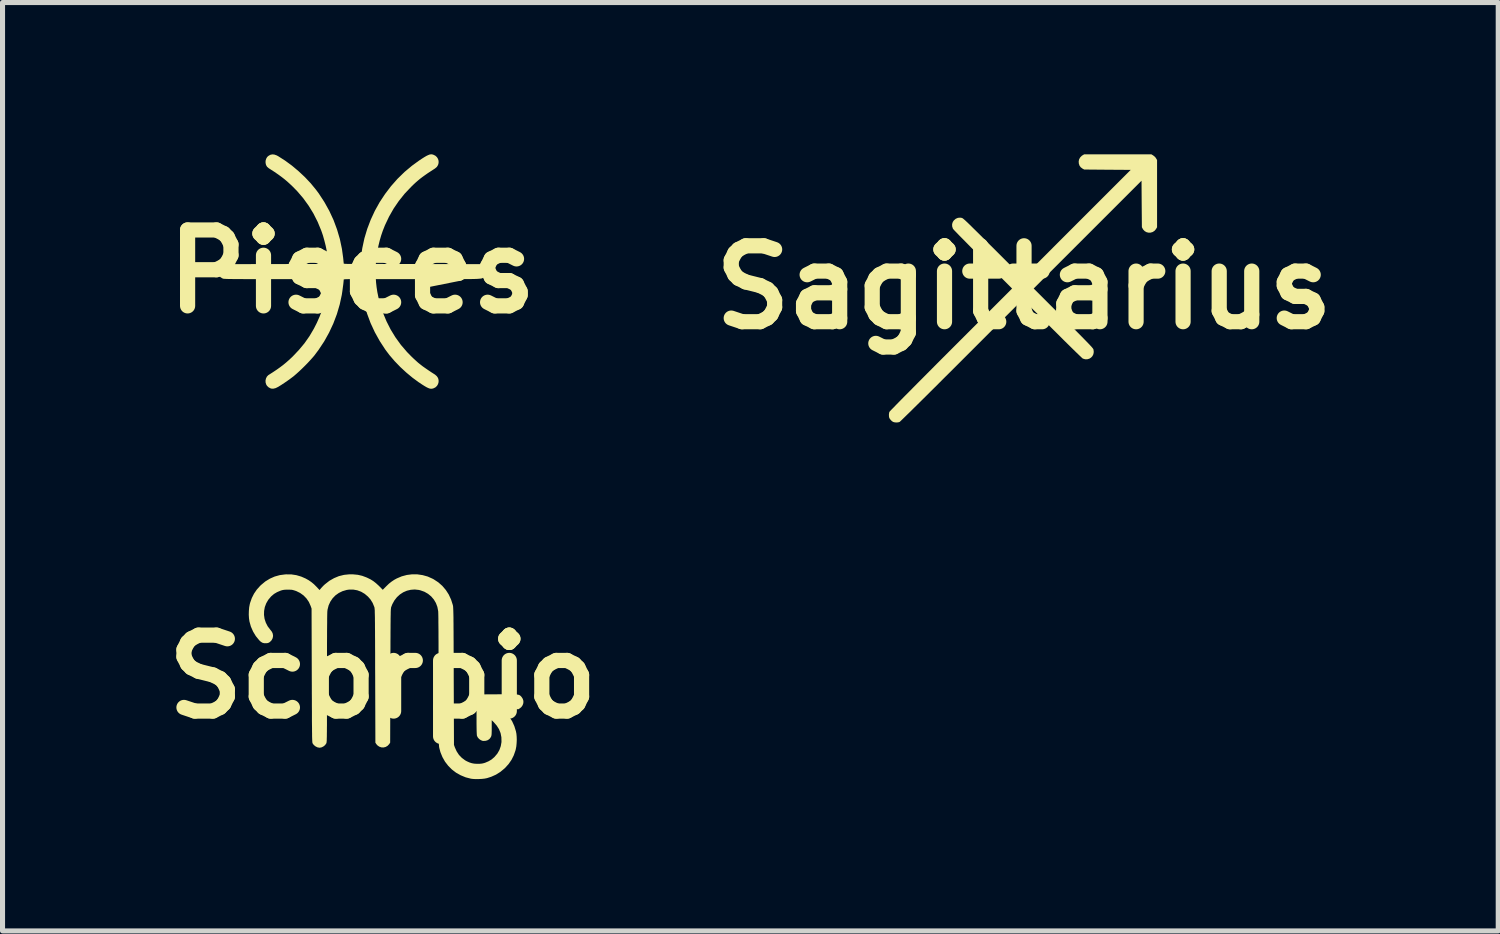
<source format=kicad_pcb>
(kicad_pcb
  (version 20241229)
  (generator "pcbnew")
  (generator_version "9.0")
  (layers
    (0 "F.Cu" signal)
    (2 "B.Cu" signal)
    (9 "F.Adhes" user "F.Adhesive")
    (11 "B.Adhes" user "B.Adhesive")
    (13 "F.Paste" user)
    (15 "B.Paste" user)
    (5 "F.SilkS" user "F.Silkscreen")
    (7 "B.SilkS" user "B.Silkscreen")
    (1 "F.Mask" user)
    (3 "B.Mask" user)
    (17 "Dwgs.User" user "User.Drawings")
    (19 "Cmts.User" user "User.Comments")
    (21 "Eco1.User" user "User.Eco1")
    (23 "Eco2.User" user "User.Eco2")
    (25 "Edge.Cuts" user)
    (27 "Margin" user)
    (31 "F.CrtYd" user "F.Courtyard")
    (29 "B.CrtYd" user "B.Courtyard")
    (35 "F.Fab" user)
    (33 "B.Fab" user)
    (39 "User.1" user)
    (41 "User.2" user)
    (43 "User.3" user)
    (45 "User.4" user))
  (footprint "Scorpio"
    (layer "F.Cu")
    (at 4.514 10.323)
    (property "Reference" "Scorpio" (at 0 0 0) (layer "F.SilkS") (effects (font (size 1.5 1.5) (thickness 0.3))))
    (attr board_only exclude_from_pos_files exclude_from_bom)
    (fp_poly (pts (xy 0.684 -2.023) (xy 0.787 -2.008) (xy 0.888 -1.98) (xy 0.984 -1.937) (xy 1.008 -1.924) (xy 1.098 -1.865) (xy 1.177 -1.795) (xy 1.246 -1.714) (xy 1.304 -1.624) (xy 1.35 -1.524) (xy 1.385 -1.415) (xy 1.386 -1.41) (xy 1.387 -1.403) (xy 1.389 -1.394) (xy 1.39 -1.382) (xy 1.391 -1.367) (xy 1.392 -1.348) (xy 1.393 -1.324) (xy 1.394 -1.295) (xy 1.395 -1.259) (xy 1.396 -1.218) (xy 1.397 -1.169) (xy 1.397 -1.111) (xy 1.398 -1.046) (xy 1.398 -0.971) (xy 1.399 -0.886) (xy 1.399 -0.791) (xy 1.4 -0.684) (xy 1.4 -0.565) (xy 1.401 -0.434) (xy 1.401 -0.29) (xy 1.402 -0.132) (xy 1.402 -0.008) (xy 1.407 1.347) (xy 1.425 1.398) (xy 1.46 1.475) (xy 1.506 1.545) (xy 1.563 1.604) (xy 1.629 1.653) (xy 1.662 1.671) (xy 1.713 1.694) (xy 1.76 1.709) (xy 1.809 1.718) (xy 1.865 1.721) (xy 1.879 1.721) (xy 1.92 1.72) (xy 1.952 1.717) (xy 1.98 1.712) (xy 2.009 1.704) (xy 2.022 1.7) (xy 2.09 1.671) (xy 2.149 1.636) (xy 2.203 1.59) (xy 2.209 1.584) (xy 2.264 1.519) (xy 2.305 1.448) (xy 2.332 1.371) (xy 2.346 1.29) (xy 2.346 1.282) (xy 2.344 1.196) (xy 2.328 1.114) (xy 2.297 1.037) (xy 2.252 0.966) (xy 2.195 0.9) (xy 2.153 0.859) (xy 2.153 1.009) (xy 2.153 1.06) (xy 2.152 1.1) (xy 2.151 1.129) (xy 2.149 1.15) (xy 2.146 1.166) (xy 2.142 1.179) (xy 2.137 1.191) (xy 2.112 1.226) (xy 2.078 1.252) (xy 2.036 1.266) (xy 1.99 1.269) (xy 1.968 1.266) (xy 1.935 1.252) (xy 1.903 1.229) (xy 1.877 1.199) (xy 1.861 1.167) (xy 1.861 1.166) (xy 1.859 1.15) (xy 1.857 1.119) (xy 1.855 1.073) (xy 1.854 1.013) (xy 1.853 0.938) (xy 1.853 0.85) (xy 1.853 0.802) (xy 1.853 0.468) (xy 1.872 0.43) (xy 1.895 0.395) (xy 1.922 0.37) (xy 1.953 0.349) (xy 2.302 0.347) (xy 2.389 0.346) (xy 2.461 0.346) (xy 2.522 0.346) (xy 2.571 0.347) (xy 2.611 0.348) (xy 2.643 0.35) (xy 2.668 0.354) (xy 2.687 0.358) (xy 2.702 0.364) (xy 2.714 0.371) (xy 2.724 0.38) (xy 2.735 0.391) (xy 2.741 0.398) (xy 2.766 0.436) (xy 2.779 0.478) (xy 2.778 0.521) (xy 2.764 0.562) (xy 2.739 0.599) (xy 2.713 0.621) (xy 2.683 0.641) (xy 2.526 0.644) (xy 2.369 0.646) (xy 2.425 0.704) (xy 2.497 0.789) (xy 2.556 0.879) (xy 2.6 0.976) (xy 2.631 1.077) (xy 2.641 1.127) (xy 2.646 1.183) (xy 2.648 1.246) (xy 2.645 1.313) (xy 2.639 1.377) (xy 2.628 1.434) (xy 2.622 1.458) (xy 2.588 1.555) (xy 2.544 1.642) (xy 2.489 1.722) (xy 2.422 1.797) (xy 2.404 1.814) (xy 2.323 1.881) (xy 2.237 1.935) (xy 2.143 1.977) (xy 2.059 2.004) (xy 2.013 2.013) (xy 1.958 2.019) (xy 1.898 2.022) (xy 1.838 2.023) (xy 1.784 2.02) (xy 1.743 2.015) (xy 1.638 1.988) (xy 1.539 1.947) (xy 1.448 1.896) (xy 1.366 1.833) (xy 1.293 1.76) (xy 1.23 1.678) (xy 1.179 1.588) (xy 1.139 1.49) (xy 1.117 1.407) (xy 1.115 1.397) (xy 1.114 1.388) (xy 1.112 1.377) (xy 1.111 1.363) (xy 1.11 1.347) (xy 1.108 1.328) (xy 1.108 1.304) (xy 1.107 1.276) (xy 1.106 1.242) (xy 1.105 1.201) (xy 1.105 1.154) (xy 1.104 1.099) (xy 1.104 1.036) (xy 1.104 0.964) (xy 1.103 0.882) (xy 1.103 0.789) (xy 1.103 0.685) (xy 1.103 0.57) (xy 1.103 0.442) (xy 1.103 0.3) (xy 1.103 0.145) (xy 1.103 0.056) (xy 1.103 -0.107) (xy 1.102 -0.263) (xy 1.102 -0.409) (xy 1.102 -0.547) (xy 1.102 -0.674) (xy 1.101 -0.792) (xy 1.101 -0.898) (xy 1.1 -0.993) (xy 1.099 -1.077) (xy 1.099 -1.147) (xy 1.098 -1.205) (xy 1.097 -1.25) (xy 1.096 -1.28) (xy 1.095 -1.296) (xy 1.079 -1.38) (xy 1.05 -1.457) (xy 1.009 -1.526) (xy 0.957 -1.587) (xy 0.895 -1.638) (xy 0.824 -1.679) (xy 0.745 -1.707) (xy 0.713 -1.715) (xy 0.632 -1.724) (xy 0.553 -1.718) (xy 0.477 -1.7) (xy 0.405 -1.669) (xy 0.339 -1.626) (xy 0.28 -1.572) (xy 0.23 -1.508) (xy 0.189 -1.434) (xy 0.168 -1.38) (xy 0.166 -1.375) (xy 0.164 -1.368) (xy 0.163 -1.36) (xy 0.162 -1.349) (xy 0.16 -1.335) (xy 0.159 -1.318) (xy 0.158 -1.296) (xy 0.157 -1.269) (xy 0.157 -1.237) (xy 0.156 -1.198) (xy 0.155 -1.152) (xy 0.155 -1.098) (xy 0.154 -1.036) (xy 0.154 -0.965) (xy 0.153 -0.885) (xy 0.153 -0.793) (xy 0.152 -0.691) (xy 0.152 -0.577) (xy 0.151 -0.451) (xy 0.151 -0.311) (xy 0.15 -0.158) (xy 0.15 -0.018) (xy 0.146 1.303) (xy 0.126 1.333) (xy 0.094 1.366) (xy 0.056 1.388) (xy 0.014 1.398) (xy -0.028 1.396) (xy -0.069 1.382) (xy -0.105 1.357) (xy -0.126 1.333) (xy -0.146 1.303) (xy -0.15 -0.018) (xy -0.151 -0.183) (xy -0.151 -0.335) (xy -0.151 -0.472) (xy -0.152 -0.596) (xy -0.152 -0.708) (xy -0.153 -0.809) (xy -0.153 -0.898) (xy -0.154 -0.978) (xy -0.154 -1.047) (xy -0.155 -1.108) (xy -0.155 -1.16) (xy -0.156 -1.205) (xy -0.157 -1.243) (xy -0.158 -1.274) (xy -0.158 -1.3) (xy -0.159 -1.321) (xy -0.161 -1.338) (xy -0.162 -1.351) (xy -0.163 -1.361) (xy -0.165 -1.369) (xy -0.166 -1.376) (xy -0.168 -1.38) (xy -0.2 -1.458) (xy -0.242 -1.526) (xy -0.292 -1.583) (xy -0.357 -1.638) (xy -0.428 -1.68) (xy -0.504 -1.708) (xy -0.582 -1.722) (xy -0.664 -1.722) (xy -0.713 -1.715) (xy -0.795 -1.691) (xy -0.869 -1.655) (xy -0.935 -1.608) (xy -0.991 -1.55) (xy -1.036 -1.484) (xy -1.07 -1.41) (xy -1.091 -1.328) (xy -1.095 -1.296) (xy -1.096 -1.28) (xy -1.097 -1.248) (xy -1.098 -1.203) (xy -1.099 -1.145) (xy -1.099 -1.073) (xy -1.1 -0.989) (xy -1.101 -0.894) (xy -1.101 -0.787) (xy -1.102 -0.669) (xy -1.102 -0.54) (xy -1.102 -0.402) (xy -1.102 -0.255) (xy -1.103 -0.099) (xy -1.103 0.032) (xy -1.103 0.193) (xy -1.103 0.34) (xy -1.103 0.473) (xy -1.103 0.593) (xy -1.103 0.701) (xy -1.103 0.797) (xy -1.103 0.882) (xy -1.103 0.957) (xy -1.104 1.023) (xy -1.104 1.08) (xy -1.105 1.128) (xy -1.105 1.169) (xy -1.106 1.204) (xy -1.107 1.232) (xy -1.107 1.254) (xy -1.108 1.273) (xy -1.11 1.287) (xy -1.111 1.297) (xy -1.112 1.305) (xy -1.114 1.311) (xy -1.116 1.316) (xy -1.117 1.32) (xy -1.118 1.32) (xy -1.141 1.352) (xy -1.173 1.378) (xy -1.21 1.396) (xy -1.247 1.403) (xy -1.248 1.403) (xy -1.289 1.396) (xy -1.328 1.377) (xy -1.363 1.349) (xy -1.386 1.317) (xy -1.388 1.314) (xy -1.389 1.308) (xy -1.391 1.301) (xy -1.392 1.29) (xy -1.393 1.276) (xy -1.394 1.257) (xy -1.395 1.233) (xy -1.396 1.204) (xy -1.397 1.168) (xy -1.397 1.126) (xy -1.398 1.076) (xy -1.398 1.017) (xy -1.399 0.95) (xy -1.4 0.873) (xy -1.4 0.786) (xy -1.4 0.688) (xy -1.401 0.578) (xy -1.401 0.457) (xy -1.402 0.322) (xy -1.402 0.174) (xy -1.403 0.011) (xy -1.403 -0.026) (xy -1.407 -1.347) (xy -1.425 -1.398) (xy -1.46 -1.477) (xy -1.507 -1.546) (xy -1.565 -1.606) (xy -1.633 -1.655) (xy -1.71 -1.693) (xy -1.725 -1.698) (xy -1.756 -1.708) (xy -1.781 -1.715) (xy -1.807 -1.719) (xy -1.838 -1.72) (xy -1.875 -1.721) (xy -1.917 -1.72) (xy -1.948 -1.718) (xy -1.974 -1.714) (xy -2.001 -1.707) (xy -2.022 -1.7) (xy -2.09 -1.671) (xy -2.149 -1.636) (xy -2.203 -1.59) (xy -2.209 -1.584) (xy -2.263 -1.52) (xy -2.303 -1.451) (xy -2.331 -1.377) (xy -2.345 -1.3) (xy -2.347 -1.222) (xy -2.336 -1.144) (xy -2.311 -1.068) (xy -2.274 -0.996) (xy -2.223 -0.929) (xy -2.219 -0.924) (xy -2.19 -0.887) (xy -2.174 -0.85) (xy -2.168 -0.809) (xy -2.168 -0.805) (xy -2.176 -0.762) (xy -2.197 -0.721) (xy -2.23 -0.687) (xy -2.25 -0.674) (xy -2.271 -0.666) (xy -2.299 -0.662) (xy -2.306 -0.662) (xy -2.347 -0.663) (xy -2.382 -0.673) (xy -2.415 -0.695) (xy -2.442 -0.721) (xy -2.509 -0.803) (xy -2.563 -0.893) (xy -2.606 -0.991) (xy -2.635 -1.094) (xy -2.635 -1.095) (xy -2.644 -1.158) (xy -2.648 -1.228) (xy -2.646 -1.301) (xy -2.64 -1.372) (xy -2.628 -1.435) (xy -2.622 -1.458) (xy -2.588 -1.555) (xy -2.544 -1.642) (xy -2.49 -1.721) (xy -2.423 -1.796) (xy -2.404 -1.814) (xy -2.321 -1.883) (xy -2.231 -1.938) (xy -2.136 -1.98) (xy -2.035 -2.008) (xy -1.928 -2.022) (xy -1.909 -2.023) (xy -1.805 -2.022) (xy -1.707 -2.007) (xy -1.612 -1.979) (xy -1.527 -1.942) (xy -1.466 -1.908) (xy -1.412 -1.871) (xy -1.36 -1.828) (xy -1.312 -1.78) (xy -1.249 -1.713) (xy -1.219 -1.75) (xy -1.197 -1.774) (xy -1.17 -1.802) (xy -1.144 -1.826) (xy -1.056 -1.895) (xy -0.963 -1.948) (xy -0.867 -1.988) (xy -0.765 -2.013) (xy -0.659 -2.024) (xy -0.586 -2.023) (xy -0.492 -2.014) (xy -0.406 -1.994) (xy -0.323 -1.963) (xy -0.303 -1.954) (xy -0.24 -1.923) (xy -0.186 -1.889) (xy -0.136 -1.85) (xy -0.084 -1.803) (xy -0.069 -1.788) (xy 0 -1.718) (xy 0.069 -1.788) (xy 0.122 -1.839) (xy 0.173 -1.879) (xy 0.225 -1.914) (xy 0.278 -1.943) (xy 0.375 -1.984) (xy 0.476 -2.011) (xy 0.58 -2.024)) (stroke (width 0) (type solid)) (fill yes) (layer "F.SilkS")))
  (footprint "Pisces"
    (layer "F.Cu")
    (at 3.907 2.316)
    (property "Reference" "Pisces" (at 0 0 0) (layer "F.SilkS") (effects (font (size 1.5 1.5) (thickness 0.3))))
    (attr board_only exclude_from_pos_files exclude_from_bom)
    (fp_poly (pts (xy 1.578 -2.316) (xy 1.599 -2.311) (xy 1.603 -2.31) (xy 1.645 -2.29) (xy 1.677 -2.261) (xy 1.699 -2.225) (xy 1.71 -2.186) (xy 1.71 -2.145) (xy 1.699 -2.105) (xy 1.676 -2.068) (xy 1.641 -2.038) (xy 1.64 -2.037) (xy 1.563 -1.987) (xy 1.497 -1.944) (xy 1.44 -1.904) (xy 1.39 -1.868) (xy 1.344 -1.833) (xy 1.301 -1.797) (xy 1.258 -1.76) (xy 1.214 -1.719) (xy 1.168 -1.674) (xy 1.039 -1.538) (xy 0.924 -1.394) (xy 0.821 -1.243) (xy 0.73 -1.083) (xy 0.65 -0.914) (xy 0.608 -0.808) (xy 0.576 -0.715) (xy 0.547 -0.615) (xy 0.522 -0.512) (xy 0.501 -0.41) (xy 0.485 -0.312) (xy 0.476 -0.224) (xy 0.475 -0.221) (xy 0.47 -0.15) (xy 1.513 -0.148) (xy 2.556 -0.146) (xy 2.585 -0.126) (xy 2.62 -0.093) (xy 2.642 -0.053) (xy 2.651 -0.007) (xy 2.651 0) (xy 2.645 0.044) (xy 2.629 0.08) (xy 2.606 0.106) (xy 2.599 0.113) (xy 2.594 0.118) (xy 2.589 0.123) (xy 2.583 0.127) (xy 2.575 0.131) (xy 2.565 0.135) (xy 2.552 0.138) (xy 2.535 0.14) (xy 2.514 0.142) (xy 2.488 0.144) (xy 2.455 0.146) (xy 2.416 0.147) (xy 2.369 0.148) (xy 2.313 0.149) (xy 2.249 0.149) (xy 2.175 0.15) (xy 2.09 0.15) (xy 1.994 0.15) (xy 1.886 0.15) (xy 1.765 0.15) (xy 1.63 0.15) (xy 1.499 0.15) (xy 0.47 0.15) (xy 0.475 0.221) (xy 0.485 0.31) (xy 0.5 0.407) (xy 0.521 0.509) (xy 0.547 0.613) (xy 0.576 0.713) (xy 0.607 0.806) (xy 0.608 0.808) (xy 0.68 0.982) (xy 0.763 1.146) (xy 0.858 1.301) (xy 0.965 1.449) (xy 1.085 1.589) (xy 1.171 1.677) (xy 1.219 1.723) (xy 1.263 1.763) (xy 1.305 1.801) (xy 1.349 1.836) (xy 1.395 1.872) (xy 1.446 1.908) (xy 1.504 1.948) (xy 1.571 1.993) (xy 1.64 2.037) (xy 1.675 2.068) (xy 1.699 2.104) (xy 1.71 2.144) (xy 1.71 2.185) (xy 1.699 2.224) (xy 1.678 2.26) (xy 1.646 2.29) (xy 1.604 2.31) (xy 1.603 2.31) (xy 1.581 2.315) (xy 1.559 2.316) (xy 1.536 2.313) (xy 1.508 2.303) (xy 1.476 2.288) (xy 1.436 2.265) (xy 1.388 2.235) (xy 1.33 2.196) (xy 1.32 2.19) (xy 1.196 2.099) (xy 1.073 1.997) (xy 0.954 1.887) (xy 0.842 1.771) (xy 0.739 1.651) (xy 0.659 1.545) (xy 0.548 1.375) (xy 0.45 1.199) (xy 0.366 1.018) (xy 0.297 0.832) (xy 0.241 0.642) (xy 0.2 0.447) (xy 0.176 0.272) (xy 0.172 0.234) (xy 0.169 0.2) (xy 0.166 0.175) (xy 0.165 0.161) (xy 0.165 0.159) (xy 0.162 0.156) (xy 0.15 0.154) (xy 0.13 0.152) (xy 0.098 0.151) (xy 0.055 0.15) (xy 0 0.15) (xy -0.057 0.15) (xy -0.1 0.151) (xy -0.131 0.152) (xy -0.151 0.154) (xy -0.162 0.156) (xy -0.165 0.159) (xy -0.166 0.178) (xy -0.169 0.209) (xy -0.173 0.248) (xy -0.179 0.292) (xy -0.185 0.338) (xy -0.191 0.383) (xy -0.197 0.423) (xy -0.202 0.456) (xy -0.202 0.458) (xy -0.244 0.652) (xy -0.3 0.842) (xy -0.37 1.027) (xy -0.454 1.207) (xy -0.551 1.381) (xy -0.661 1.547) (xy -0.747 1.662) (xy -0.784 1.705) (xy -0.829 1.755) (xy -0.88 1.81) (xy -0.935 1.866) (xy -0.992 1.922) (xy -1.047 1.974) (xy -1.098 2.02) (xy -1.142 2.058) (xy -1.151 2.066) (xy -1.209 2.11) (xy -1.274 2.157) (xy -1.341 2.203) (xy -1.405 2.245) (xy -1.46 2.279) (xy -1.511 2.304) (xy -1.557 2.315) (xy -1.598 2.313) (xy -1.609 2.309) (xy -1.648 2.289) (xy -1.68 2.259) (xy -1.695 2.235) (xy -1.708 2.196) (xy -1.71 2.154) (xy -1.701 2.113) (xy -1.683 2.077) (xy -1.657 2.049) (xy -1.651 2.045) (xy -1.565 1.99) (xy -1.49 1.94) (xy -1.424 1.893) (xy -1.364 1.848) (xy -1.308 1.802) (xy -1.253 1.754) (xy -1.197 1.702) (xy -1.171 1.677) (xy -1.049 1.548) (xy -0.939 1.416) (xy -0.841 1.276) (xy -0.754 1.128) (xy -0.695 1.012) (xy -0.639 0.885) (xy -0.59 0.753) (xy -0.548 0.617) (xy -0.514 0.482) (xy -0.49 0.351) (xy -0.476 0.227) (xy -0.475 0.221) (xy -0.47 0.15) (xy -1.499 0.15) (xy -1.646 0.15) (xy -1.778 0.15) (xy -1.897 0.15) (xy -2.002 0.15) (xy -2.096 0.15) (xy -2.179 0.149) (xy -2.251 0.149) (xy -2.313 0.149) (xy -2.366 0.148) (xy -2.41 0.147) (xy -2.448 0.147) (xy -2.478 0.146) (xy -2.502 0.145) (xy -2.521 0.144) (xy -2.535 0.143) (xy -2.545 0.141) (xy -2.552 0.14) (xy -2.556 0.138) (xy -2.597 0.114) (xy -2.626 0.081) (xy -2.643 0.04) (xy -2.647 -0.009) (xy -2.647 -0.012) (xy -2.642 -0.047) (xy -2.632 -0.074) (xy -2.613 -0.098) (xy -2.585 -0.123) (xy -2.557 -0.146) (xy -1.514 -0.148) (xy -0.47 -0.15) (xy -0.475 -0.221) (xy -0.485 -0.31) (xy -0.5 -0.407) (xy -0.521 -0.509) (xy -0.547 -0.612) (xy -0.575 -0.712) (xy -0.607 -0.805) (xy -0.608 -0.808) (xy -0.68 -0.982) (xy -0.763 -1.146) (xy -0.858 -1.301) (xy -0.965 -1.449) (xy -1.085 -1.589) (xy -1.171 -1.677) (xy -1.228 -1.731) (xy -1.283 -1.781) (xy -1.338 -1.827) (xy -1.396 -1.872) (xy -1.459 -1.918) (xy -1.53 -1.967) (xy -1.611 -2.019) (xy -1.651 -2.045) (xy -1.68 -2.071) (xy -1.7 -2.106) (xy -1.709 -2.146) (xy -1.709 -2.187) (xy -1.698 -2.227) (xy -1.678 -2.262) (xy -1.656 -2.283) (xy -1.617 -2.306) (xy -1.578 -2.315) (xy -1.537 -2.312) (xy -1.491 -2.296) (xy -1.459 -2.279) (xy -1.323 -2.192) (xy -1.188 -2.093) (xy -1.057 -1.983) (xy -0.932 -1.866) (xy -0.816 -1.743) (xy -0.712 -1.616) (xy -0.659 -1.545) (xy -0.548 -1.375) (xy -0.45 -1.199) (xy -0.366 -1.018) (xy -0.297 -0.832) (xy -0.241 -0.642) (xy -0.2 -0.447) (xy -0.176 -0.273) (xy -0.172 -0.235) (xy -0.169 -0.201) (xy -0.166 -0.176) (xy -0.165 -0.161) (xy -0.165 -0.159) (xy -0.162 -0.156) (xy -0.15 -0.154) (xy -0.13 -0.152) (xy -0.098 -0.151) (xy -0.055 -0.15) (xy 0 -0.15) (xy 0.057 -0.15) (xy 0.1 -0.151) (xy 0.131 -0.152) (xy 0.151 -0.154) (xy 0.162 -0.156) (xy 0.165 -0.159) (xy 0.166 -0.179) (xy 0.169 -0.21) (xy 0.173 -0.249) (xy 0.179 -0.294) (xy 0.185 -0.341) (xy 0.191 -0.386) (xy 0.197 -0.427) (xy 0.202 -0.46) (xy 0.203 -0.465) (xy 0.244 -0.656) (xy 0.3 -0.843) (xy 0.369 -1.024) (xy 0.451 -1.201) (xy 0.545 -1.37) (xy 0.652 -1.532) (xy 0.769 -1.686) (xy 0.897 -1.831) (xy 1.036 -1.967) (xy 1.184 -2.091) (xy 1.32 -2.19) (xy 1.38 -2.23) (xy 1.429 -2.261) (xy 1.47 -2.285) (xy 1.504 -2.301) (xy 1.532 -2.312) (xy 1.556 -2.316)) (stroke (width 0) (type solid)) (fill yes) (layer "F.SilkS")))
  (footprint "Sagittarius"
    (layer "F.Cu")
    (at 17.186 2.629)
    (property "Reference" "Sagittarius" (at 0 0 0) (layer "F.SilkS") (effects (font (size 1.5 1.5) (thickness 0.3))))
    (attr board_only exclude_from_pos_files exclude_from_bom)
    (fp_poly (pts (xy 2.552 -2.608) (xy 2.589 -2.578) (xy 2.608 -2.552) (xy 2.629 -2.517) (xy 2.629 -1.852) (xy 2.629 -1.188) (xy 2.607 -1.151) (xy 2.578 -1.117) (xy 2.542 -1.094) (xy 2.501 -1.082) (xy 2.46 -1.081) (xy 2.42 -1.091) (xy 2.384 -1.112) (xy 2.354 -1.144) (xy 2.346 -1.157) (xy 2.329 -1.189) (xy 2.325 -1.648) (xy 2.322 -2.108) (xy 1.257 -1.043) (xy 0.191 0.022) (xy 0.778 0.609) (xy 0.87 0.702) (xy 0.952 0.784) (xy 1.024 0.856) (xy 1.088 0.92) (xy 1.143 0.976) (xy 1.191 1.025) (xy 1.231 1.066) (xy 1.265 1.101) (xy 1.293 1.13) (xy 1.316 1.155) (xy 1.334 1.174) (xy 1.347 1.19) (xy 1.358 1.203) (xy 1.365 1.213) (xy 1.369 1.221) (xy 1.372 1.227) (xy 1.373 1.23) (xy 1.378 1.276) (xy 1.371 1.319) (xy 1.353 1.356) (xy 1.325 1.387) (xy 1.291 1.409) (xy 1.251 1.42) (xy 1.209 1.421) (xy 1.165 1.408) (xy 1.159 1.405) (xy 1.151 1.398) (xy 1.133 1.382) (xy 1.105 1.356) (xy 1.07 1.321) (xy 1.026 1.279) (xy 0.976 1.23) (xy 0.919 1.174) (xy 0.856 1.112) (xy 0.789 1.046) (xy 0.718 0.975) (xy 0.643 0.9) (xy 0.565 0.823) (xy 0.557 0.815) (xy -0.023 0.236) (xy -1.228 1.441) (xy -1.341 1.554) (xy -1.451 1.664) (xy -1.558 1.77) (xy -1.661 1.873) (xy -1.76 1.972) (xy -1.855 2.066) (xy -1.944 2.155) (xy -2.028 2.238) (xy -2.106 2.315) (xy -2.178 2.386) (xy -2.242 2.45) (xy -2.3 2.506) (xy -2.349 2.554) (xy -2.389 2.593) (xy -2.421 2.624) (xy -2.443 2.645) (xy -2.456 2.657) (xy -2.458 2.659) (xy -2.486 2.667) (xy -2.521 2.67) (xy -2.556 2.667) (xy -2.584 2.66) (xy -2.61 2.644) (xy -2.635 2.619) (xy -2.655 2.593) (xy -2.663 2.578) (xy -2.669 2.548) (xy -2.67 2.513) (xy -2.666 2.479) (xy -2.659 2.458) (xy -2.652 2.451) (xy -2.636 2.433) (xy -2.61 2.406) (xy -2.574 2.37) (xy -2.53 2.324) (xy -2.478 2.271) (xy -2.418 2.21) (xy -2.351 2.142) (xy -2.276 2.067) (xy -2.196 1.986) (xy -2.11 1.899) (xy -2.018 1.807) (xy -1.922 1.71) (xy -1.821 1.609) (xy -1.716 1.503) (xy -1.608 1.395) (xy -1.497 1.284) (xy -1.441 1.228) (xy -0.236 0.023) (xy -0.815 -0.557) (xy -0.893 -0.635) (xy -0.968 -0.71) (xy -1.039 -0.782) (xy -1.106 -0.85) (xy -1.168 -0.913) (xy -1.224 -0.97) (xy -1.275 -1.021) (xy -1.318 -1.066) (xy -1.353 -1.102) (xy -1.38 -1.13) (xy -1.397 -1.15) (xy -1.405 -1.159) (xy -1.405 -1.159) (xy -1.42 -1.205) (xy -1.421 -1.25) (xy -1.408 -1.292) (xy -1.386 -1.324) (xy -1.349 -1.356) (xy -1.307 -1.374) (xy -1.261 -1.378) (xy -1.23 -1.373) (xy -1.224 -1.371) (xy -1.217 -1.367) (xy -1.208 -1.362) (xy -1.197 -1.353) (xy -1.183 -1.341) (xy -1.165 -1.326) (xy -1.144 -1.306) (xy -1.117 -1.281) (xy -1.085 -1.25) (xy -1.047 -1.213) (xy -1.003 -1.169) (xy -0.951 -1.118) (xy -0.891 -1.059) (xy -0.823 -0.991) (xy -0.746 -0.914) (xy -0.659 -0.827) (xy -0.609 -0.778) (xy -0.022 -0.191) (xy 1.043 -1.257) (xy 2.108 -2.322) (xy 1.648 -2.325) (xy 1.189 -2.329) (xy 1.157 -2.346) (xy 1.121 -2.373) (xy 1.096 -2.407) (xy 1.083 -2.447) (xy 1.08 -2.488) (xy 1.088 -2.529) (xy 1.108 -2.566) (xy 1.139 -2.598) (xy 1.151 -2.607) (xy 1.188 -2.629) (xy 1.852 -2.629) (xy 2.517 -2.629)) (stroke (width 0) (type solid)) (fill yes) (layer "F.SilkS")))
  (gr_rect
    (start -3 -3)
    (end 26.557 15.346)
    (stroke (width 0.1) (type default))
    (fill no)
    (layer "Edge.Cuts")))
</source>
